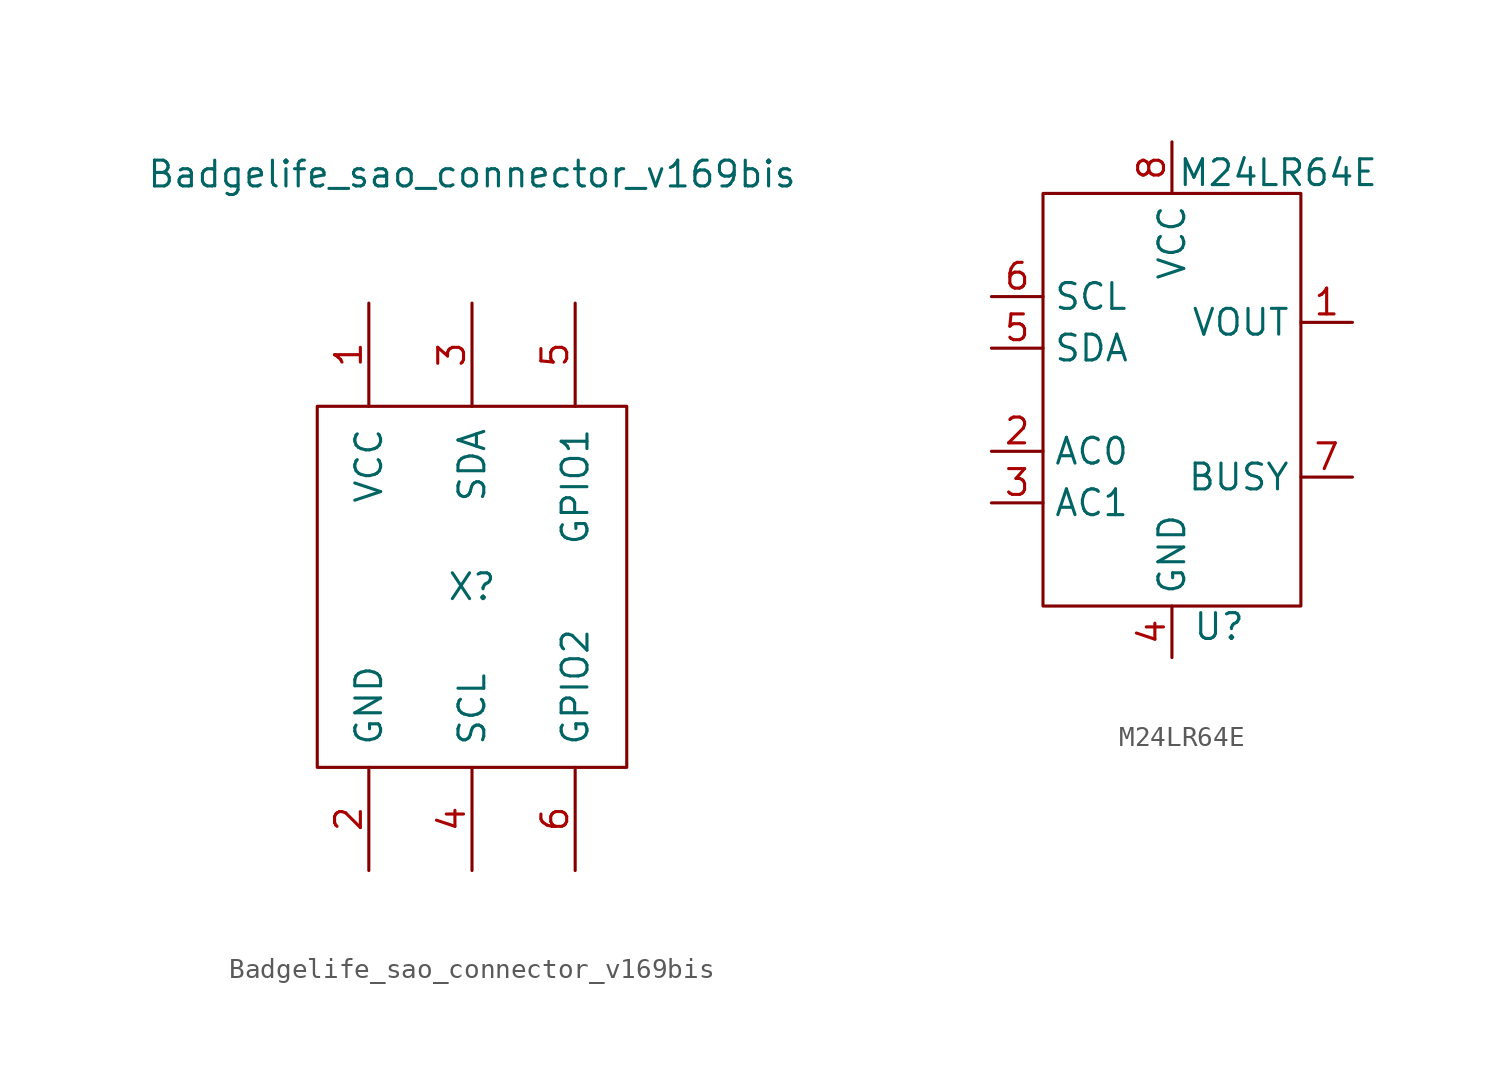
<source format=kicad_sym>
(kicad_symbol_lib
  (version 20231120)
  (generator "kicad_symbol_editor")
  (generator_version "8.0")
  (symbol "Badgelife_sao_connector_v169bis"
    (pin_names
      (offset 1.016))
    (property "Reference" "X"
      (at 0 0 0)
      (effects (font (size 1.27 1.27))))
    (property "Value" "Badgelife_sao_connector_v169bis"
      (at 0 20.32 0)
      (effects (font (size 1.27 1.27))))
    (symbol "Badgelife_sao_connector_v169bis_0_1"
      (rectangle (start -7.62 8.89) (end 7.62 -8.89) (stroke (width 0) (type default)) (fill (type none))))
    (symbol "Badgelife_sao_connector_v169bis_1_1"
      (pin input line (at -5.08 13.97 270) (length 5.08) (name "VCC" (effects (font (size 1.27 1.27)))) (number "1" (effects (font (size 1.27 1.27)))))
      (pin input line (at -5.08 -13.97 90) (length 5.08) (name "GND" (effects (font (size 1.27 1.27)))) (number "2" (effects (font (size 1.27 1.27)))))
      (pin input line (at 0 13.97 270) (length 5.08) (name "SDA" (effects (font (size 1.27 1.27)))) (number "3" (effects (font (size 1.27 1.27)))))
      (pin input line (at 0 -13.97 90) (length 5.08) (name "SCL" (effects (font (size 1.27 1.27)))) (number "4" (effects (font (size 1.27 1.27)))))
      (pin input line (at 5.08 13.97 270) (length 5.08) (name "GPIO1" (effects (font (size 1.27 1.27)))) (number "5" (effects (font (size 1.27 1.27)))))
      (pin input line (at 5.08 -13.97 90) (length 5.08) (name "GPIO2" (effects (font (size 1.27 1.27)))) (number "6" (effects (font (size 1.27 1.27)))))))
  (symbol "M24LR64E"
    (property "Reference" "U"
      (at 1.016 -11.176 0)
      (effects (font (size 1.27 1.27)) (justify left)))
    (property "Value" "M24LR64E"
      (at 0.254 11.176 0)
      (effects (font (size 1.27 1.27)) (justify left)))
    (symbol "M24LR64E_0_0"
      (pin power_out line (at 8.89 3.81 180) (length 2.54) (name "VOUT" (effects (font (size 1.27 1.27)))) (number "1" (effects (font (size 1.27 1.27)))))
      (pin passive line (at -8.89 -2.54 0) (length 2.54) (name "AC0" (effects (font (size 1.27 1.27)))) (number "2" (effects (font (size 1.27 1.27)))))
      (pin passive line (at -8.89 -5.08 0) (length 2.54) (name "AC1" (effects (font (size 1.27 1.27)))) (number "3" (effects (font (size 1.27 1.27)))))
      (pin passive line (at 0 -12.7 90) (length 2.54) (name "GND" (effects (font (size 1.27 1.27)))) (number "4" (effects (font (size 1.27 1.27)))))
      (pin bidirectional line (at -8.89 2.54 0) (length 2.54) (name "SDA" (effects (font (size 1.27 1.27)))) (number "5" (effects (font (size 1.27 1.27)))))
      (pin input line (at -8.89 5.08 0) (length 2.54) (name "SCL" (effects (font (size 1.27 1.27)))) (number "6" (effects (font (size 1.27 1.27)))))
      (pin output line (at 8.89 -3.81 180) (length 2.54) (name "BUSY" (effects (font (size 1.27 1.27)))) (number "7" (effects (font (size 1.27 1.27)))))
      (pin power_in line (at 0 12.7 270) (length 2.54) (name "VCC" (effects (font (size 1.27 1.27)))) (number "8" (effects (font (size 1.27 1.27))))))
    (symbol "M24LR64E_0_1"
      (rectangle (start -6.35 10.16) (end 6.35 -10.16) (stroke (width 0) (type default)) (fill (type none))))))
</source>
